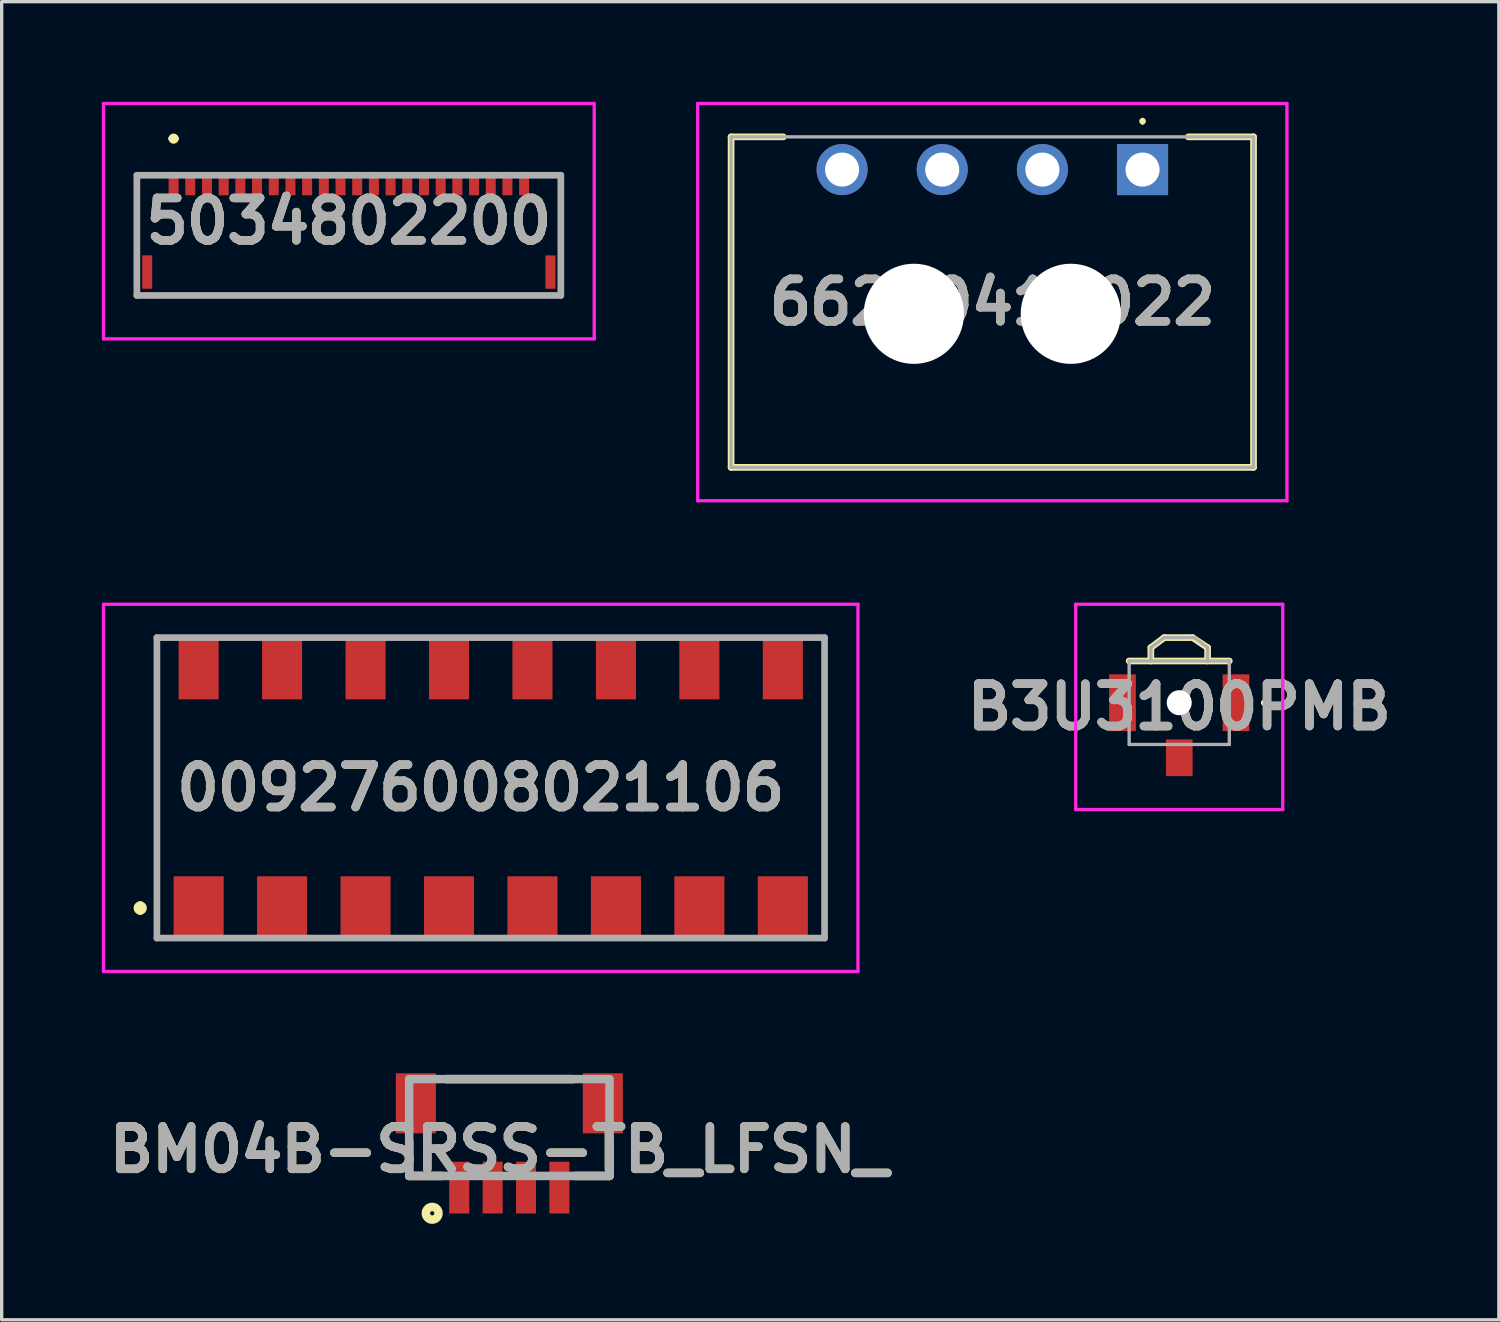
<source format=kicad_pcb>
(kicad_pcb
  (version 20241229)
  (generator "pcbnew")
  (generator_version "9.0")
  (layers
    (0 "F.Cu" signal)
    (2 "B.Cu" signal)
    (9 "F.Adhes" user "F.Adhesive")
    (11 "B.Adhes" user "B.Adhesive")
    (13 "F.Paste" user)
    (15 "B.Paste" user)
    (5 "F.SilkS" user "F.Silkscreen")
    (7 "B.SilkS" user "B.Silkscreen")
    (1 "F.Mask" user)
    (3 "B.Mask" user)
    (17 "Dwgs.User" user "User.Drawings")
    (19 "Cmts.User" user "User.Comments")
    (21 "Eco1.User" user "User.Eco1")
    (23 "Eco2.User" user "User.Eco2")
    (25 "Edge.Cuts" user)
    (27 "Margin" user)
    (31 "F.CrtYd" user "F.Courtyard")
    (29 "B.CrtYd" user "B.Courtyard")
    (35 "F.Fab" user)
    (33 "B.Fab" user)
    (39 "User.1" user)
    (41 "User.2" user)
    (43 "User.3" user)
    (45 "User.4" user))
  (footprint "009276008021106"
    (layer "F.Cu")
    (at 11.65 20.55)
    (property "Reference" "009276008021106" (at -0.3 0 0) (layer "F.SilkS") (effects (font (size 1.27 1.27) (thickness 0.254))))
    (attr smd)
    (fp_line (start -10.5 3.5) (end -10.5 3.5) (stroke (width 0.2) (type solid)) (layer "F.SilkS"))
    (fp_line (start -10.5 3.7) (end -10.5 3.7) (stroke (width 0.2) (type solid)) (layer "F.SilkS"))
    (fp_arc (start -10.5 3.5) (mid -10.4 3.6) (end -10.5 3.7) (stroke (width 0.2) (type solid)) (layer "F.SilkS"))
    (fp_arc (start -10.5 3.7) (mid -10.6 3.6) (end -10.5 3.5) (stroke (width 0.2) (type solid)) (layer "F.SilkS"))
    (fp_line (start -11.6 -5.5) (end 11 -5.5) (stroke (width 0.1) (type solid)) (layer "F.CrtYd"))
    (fp_line (start -11.6 5.5) (end -11.6 -5.5) (stroke (width 0.1) (type solid)) (layer "F.CrtYd"))
    (fp_line (start 11 -5.5) (end 11 5.5) (stroke (width 0.1) (type solid)) (layer "F.CrtYd"))
    (fp_line (start 11 5.5) (end -11.6 5.5) (stroke (width 0.1) (type solid)) (layer "F.CrtYd"))
    (fp_line (start -10 -4.5) (end 10 -4.5) (stroke (width 0.2) (type solid)) (layer "F.Fab"))
    (fp_line (start -10 4.5) (end -10 -4.5) (stroke (width 0.2) (type solid)) (layer "F.Fab"))
    (fp_line (start 10 -4.5) (end 10 4.5) (stroke (width 0.2) (type solid)) (layer "F.Fab"))
    (fp_line (start 10 4.5) (end -10 4.5) (stroke (width 0.2) (type solid)) (layer "F.Fab"))
    (fp_text user "${REFERENCE}" (at -0.3 0 0) (layer "F.Fab") (effects (font (size 1.27 1.27) (thickness 0.254))))
    (pad "1" smd rect (at -8.75 3.55) (size 1.5 1.8) (layers "F.Cu" "F.Mask" "F.Paste"))
    (pad "2" smd rect (at -6.25 3.55) (size 1.5 1.8) (layers "F.Cu" "F.Mask" "F.Paste"))
    (pad "3" smd rect (at -3.75 3.55) (size 1.5 1.8) (layers "F.Cu" "F.Mask" "F.Paste"))
    (pad "4" smd rect (at -1.25 3.55) (size 1.5 1.8) (layers "F.Cu" "F.Mask" "F.Paste"))
    (pad "5" smd rect (at 1.25 3.55) (size 1.5 1.8) (layers "F.Cu" "F.Mask" "F.Paste"))
    (pad "6" smd rect (at 3.75 3.55) (size 1.5 1.8) (layers "F.Cu" "F.Mask" "F.Paste"))
    (pad "7" smd rect (at 6.25 3.55) (size 1.5 1.8) (layers "F.Cu" "F.Mask" "F.Paste"))
    (pad "8" smd rect (at 8.75 3.55) (size 1.5 1.8) (layers "F.Cu" "F.Mask" "F.Paste"))
    (pad "9" smd rect (at 8.75 -3.55) (size 1.2 1.8) (layers "F.Cu" "F.Mask" "F.Paste"))
    (pad "10" smd rect (at 6.25 -3.55) (size 1.2 1.8) (layers "F.Cu" "F.Mask" "F.Paste"))
    (pad "11" smd rect (at 3.75 -3.55) (size 1.2 1.8) (layers "F.Cu" "F.Mask" "F.Paste"))
    (pad "12" smd rect (at 1.25 -3.55) (size 1.2 1.8) (layers "F.Cu" "F.Mask" "F.Paste"))
    (pad "13" smd rect (at -1.25 -3.55) (size 1.2 1.8) (layers "F.Cu" "F.Mask" "F.Paste"))
    (pad "14" smd rect (at -3.75 -3.55) (size 1.2 1.8) (layers "F.Cu" "F.Mask" "F.Paste"))
    (pad "15" smd rect (at -6.25 -3.55) (size 1.2 1.8) (layers "F.Cu" "F.Mask" "F.Paste"))
    (pad "16" smd rect (at -8.75 -3.55) (size 1.2 1.8) (layers "F.Cu" "F.Mask" "F.Paste")))
  (footprint "BM04B-SRSS-TB_LFSN_"
    (layer "F.Cu")
    (at 9.207 32.075)
    (property "Reference" "BM04B-SRSS-TB_LFSN_" (at 2.689 -0.686 0) (layer "F.SilkS") (effects (font (size 1.27 1.27) (thickness 0.254))))
    (attr smd)
    (fp_line (start 0 0) (end 0 -0.928) (stroke (width 0.254) (type solid)) (layer "F.SilkS"))
    (fp_line (start 0 0.1) (end 0.987 0.1) (stroke (width 0.254) (type solid)) (layer "F.SilkS"))
    (fp_line (start 1.113 -2.8) (end 4.901 -2.8) (stroke (width 0.254) (type solid)) (layer "F.SilkS"))
    (fp_line (start 6 0.1) (end 4.955 0.1) (stroke (width 0.254) (type solid)) (layer "F.SilkS"))
    (fp_line (start 6 0.1) (end 6 -1.009) (stroke (width 0.254) (type solid)) (layer "F.SilkS"))
    (fp_circle (center 0.689 1.219) (end 0.689 1.282) (stroke (width 0.254) (type solid)) (fill no) (layer "F.SilkS"))
    (fp_line (start 0 -2.8) (end 6 -2.8) (stroke (width 0.254) (type solid)) (layer "F.Fab"))
    (fp_line (start 0 0.1) (end 0 -2.8) (stroke (width 0.254) (type solid)) (layer "F.Fab"))
    (fp_line (start 6 -2.8) (end 6 0.1) (stroke (width 0.254) (type solid)) (layer "F.Fab"))
    (fp_line (start 6 0.1) (end 0 0.1) (stroke (width 0.254) (type solid)) (layer "F.Fab"))
    (fp_text user "${REFERENCE}" (at 2.689 -0.686 0) (layer "F.Fab") (effects (font (size 1.27 1.27) (thickness 0.254))))
    (pad "1" smd rect (at 1.5 0.45) (size 0.6 1.55) (layers "F.Cu" "F.Mask" "F.Paste"))
    (pad "2" smd rect (at 2.5 0.45) (size 0.6 1.55) (layers "F.Cu" "F.Mask" "F.Paste"))
    (pad "3" smd rect (at 3.5 0.45) (size 0.6 1.55) (layers "F.Cu" "F.Mask" "F.Paste"))
    (pad "4" smd rect (at 4.5 0.45) (size 0.6 1.55) (layers "F.Cu" "F.Mask" "F.Paste"))
    (pad "5" smd rect (at 0.2 -2.075) (size 1.2 1.8) (layers "F.Cu" "F.Mask" "F.Paste"))
    (pad "6" smd rect (at 5.8 -2.075) (size 1.2 1.8) (layers "F.Cu" "F.Mask" "F.Paste")))
  (footprint "5034802200"
    (layer "F.Cu")
    (at 7.4 2.2)
    (property "Reference" "5034802200" (at 0 1.375 0) (layer "F.SilkS") (effects (font (size 1.27 1.27) (thickness 0.254))))
    (attr smd)
    (fp_line (start -6.35 0.25) (end -6.35 0.25) (stroke (width 0.1) (type solid)) (layer "F.SilkS"))
    (fp_line (start -6.35 0.25) (end -6.35 2.575) (stroke (width 0.1) (type solid)) (layer "F.SilkS"))
    (fp_line (start -6.35 2.575) (end -6.35 0.25) (stroke (width 0.1) (type solid)) (layer "F.SilkS"))
    (fp_line (start -6.35 2.575) (end -6.35 2.575) (stroke (width 0.1) (type solid)) (layer "F.SilkS"))
    (fp_line (start -6.35 2.575) (end -6.35 3.6) (stroke (width 0.1) (type solid)) (layer "F.SilkS"))
    (fp_line (start -6.35 3.6) (end 6.35 3.6) (stroke (width 0.1) (type solid)) (layer "F.SilkS"))
    (fp_line (start -5.3 -1.1) (end -5.3 -1.1) (stroke (width 0.2) (type solid)) (layer "F.SilkS"))
    (fp_line (start -5.3 -1.1) (end -5.3 -1.1) (stroke (width 0.2) (type solid)) (layer "F.SilkS"))
    (fp_line (start -5.2 -1.1) (end -5.2 -1.1) (stroke (width 0.2) (type solid)) (layer "F.SilkS"))
    (fp_line (start 6.35 0.3) (end 6.35 0.3) (stroke (width 0.1) (type solid)) (layer "F.SilkS"))
    (fp_line (start 6.35 0.3) (end 6.35 2.575) (stroke (width 0.1) (type solid)) (layer "F.SilkS"))
    (fp_line (start 6.35 2.575) (end 6.35 0.3) (stroke (width 0.1) (type solid)) (layer "F.SilkS"))
    (fp_line (start 6.35 2.575) (end 6.35 2.575) (stroke (width 0.1) (type solid)) (layer "F.SilkS"))
    (fp_line (start 6.35 3.6) (end 6.35 2.575) (stroke (width 0.1) (type solid)) (layer "F.SilkS"))
    (fp_arc (start -5.3 -1.1) (mid -5.25 -1.15) (end -5.2 -1.1) (stroke (width 0.2) (type solid)) (layer "F.SilkS"))
    (fp_arc (start -5.2 -1.1) (mid -5.25 -1.05) (end -5.3 -1.1) (stroke (width 0.2) (type solid)) (layer "F.SilkS"))
    (fp_arc (start -5.2 -1.1) (mid -5.25 -1.05) (end -5.3 -1.1) (stroke (width 0.2) (type solid)) (layer "F.SilkS"))
    (fp_line (start -7.35 -2.15) (end 7.35 -2.15) (stroke (width 0.1) (type solid)) (layer "F.CrtYd"))
    (fp_line (start -7.35 4.9) (end -7.35 -2.15) (stroke (width 0.1) (type solid)) (layer "F.CrtYd"))
    (fp_line (start 7.35 -2.15) (end 7.35 4.9) (stroke (width 0.1) (type solid)) (layer "F.CrtYd"))
    (fp_line (start 7.35 4.9) (end -7.35 4.9) (stroke (width 0.1) (type solid)) (layer "F.CrtYd"))
    (fp_line (start -6.35 0) (end 6.35 0) (stroke (width 0.2) (type solid)) (layer "F.Fab"))
    (fp_line (start -6.35 3.6) (end -6.35 0) (stroke (width 0.2) (type solid)) (layer "F.Fab"))
    (fp_line (start 6.35 0) (end 6.35 3.6) (stroke (width 0.2) (type solid)) (layer "F.Fab"))
    (fp_line (start 6.35 3.6) (end -6.35 3.6) (stroke (width 0.2) (type solid)) (layer "F.Fab"))
    (fp_text user "${REFERENCE}" (at 0 1.375 0) (layer "F.Fab") (effects (font (size 1.27 1.27) (thickness 0.254))))
    (pad "1" smd rect (at -5.25 0.25) (size 0.3 0.7) (layers "F.Cu" "F.Mask" "F.Paste"))
    (pad "2" smd rect (at -4.75 0.25) (size 0.3 0.7) (layers "F.Cu" "F.Mask" "F.Paste"))
    (pad "3" smd rect (at -4.25 0.25) (size 0.3 0.7) (layers "F.Cu" "F.Mask" "F.Paste"))
    (pad "4" smd rect (at -3.75 0.25) (size 0.3 0.7) (layers "F.Cu" "F.Mask" "F.Paste"))
    (pad "5" smd rect (at -3.25 0.25) (size 0.3 0.7) (layers "F.Cu" "F.Mask" "F.Paste"))
    (pad "6" smd rect (at -2.75 0.25) (size 0.3 0.7) (layers "F.Cu" "F.Mask" "F.Paste"))
    (pad "7" smd rect (at -2.25 0.25) (size 0.3 0.7) (layers "F.Cu" "F.Mask" "F.Paste"))
    (pad "8" smd rect (at -1.75 0.25) (size 0.3 0.7) (layers "F.Cu" "F.Mask" "F.Paste"))
    (pad "9" smd rect (at -1.25 0.25) (size 0.3 0.7) (layers "F.Cu" "F.Mask" "F.Paste"))
    (pad "10" smd rect (at -0.75 0.25) (size 0.3 0.7) (layers "F.Cu" "F.Mask" "F.Paste"))
    (pad "11" smd rect (at -0.25 0.25) (size 0.3 0.7) (layers "F.Cu" "F.Mask" "F.Paste"))
    (pad "12" smd rect (at 0.25 0.25) (size 0.3 0.7) (layers "F.Cu" "F.Mask" "F.Paste"))
    (pad "13" smd rect (at 0.75 0.25) (size 0.3 0.7) (layers "F.Cu" "F.Mask" "F.Paste"))
    (pad "14" smd rect (at 1.25 0.25) (size 0.3 0.7) (layers "F.Cu" "F.Mask" "F.Paste"))
    (pad "15" smd rect (at 1.75 0.25) (size 0.3 0.7) (layers "F.Cu" "F.Mask" "F.Paste"))
    (pad "16" smd rect (at 2.25 0.25) (size 0.3 0.7) (layers "F.Cu" "F.Mask" "F.Paste"))
    (pad "17" smd rect (at 2.75 0.25) (size 0.3 0.7) (layers "F.Cu" "F.Mask" "F.Paste"))
    (pad "18" smd rect (at 3.25 0.25) (size 0.3 0.7) (layers "F.Cu" "F.Mask" "F.Paste"))
    (pad "19" smd rect (at 3.75 0.25) (size 0.3 0.7) (layers "F.Cu" "F.Mask" "F.Paste"))
    (pad "20" smd rect (at 4.25 0.25) (size 0.3 0.7) (layers "F.Cu" "F.Mask" "F.Paste"))
    (pad "21" smd rect (at 4.75 0.25) (size 0.3 0.7) (layers "F.Cu" "F.Mask" "F.Paste"))
    (pad "22" smd rect (at 5.25 0.25) (size 0.3 0.7) (layers "F.Cu" "F.Mask" "F.Paste"))
    (pad "MP1" smd rect (at -6.04 2.9) (size 0.3 1) (layers "F.Cu" "F.Mask" "F.Paste"))
    (pad "MP2" smd rect (at 6.04 2.9) (size 0.3 1) (layers "F.Cu" "F.Mask" "F.Paste")))
  (footprint "B3U3100PMB"
    (layer "F.Cu")
    (at 32.274 17.85)
    (property "Reference" "B3U3100PMB" (at 0 0.275 0) (layer "F.SilkS") (effects (font (size 1.27 1.27) (thickness 0.254))))
    (attr smd)
    (fp_line (start -1.5 -1.1) (end 1.5 -1.1) (stroke (width 0.2) (type solid)) (layer "F.SilkS"))
    (fp_line (start -0.85 -1.5) (end -0.45 -1.8) (stroke (width 0.2) (type solid)) (layer "F.SilkS"))
    (fp_line (start -0.85 -1.1) (end -0.85 -1.5) (stroke (width 0.2) (type solid)) (layer "F.SilkS"))
    (fp_line (start -0.45 -1.8) (end 0.4 -1.8) (stroke (width 0.2) (type solid)) (layer "F.SilkS"))
    (fp_line (start 0.4 -1.8) (end 0.85 -1.5) (stroke (width 0.2) (type solid)) (layer "F.SilkS"))
    (fp_line (start 0.85 -1.5) (end 0.85 -1.1) (stroke (width 0.2) (type solid)) (layer "F.SilkS"))
    (fp_line (start 2.5 0.15) (end 2.5 0.15) (stroke (width 0.1) (type solid)) (layer "F.SilkS"))
    (fp_line (start 2.6 0.15) (end 2.6 0.15) (stroke (width 0.1) (type solid)) (layer "F.SilkS"))
    (fp_arc (start 2.5 0.15) (mid 2.55 0.1) (end 2.6 0.15) (stroke (width 0.1) (type solid)) (layer "F.SilkS"))
    (fp_arc (start 2.6 0.15) (mid 2.55 0.2) (end 2.5 0.15) (stroke (width 0.1) (type solid)) (layer "F.SilkS"))
    (fp_line (start -3.1 -2.8) (end 3.1 -2.8) (stroke (width 0.1) (type solid)) (layer "F.CrtYd"))
    (fp_line (start -3.1 3.35) (end -3.1 -2.8) (stroke (width 0.1) (type solid)) (layer "F.CrtYd"))
    (fp_line (start 3.1 -2.8) (end 3.1 3.35) (stroke (width 0.1) (type solid)) (layer "F.CrtYd"))
    (fp_line (start 3.1 3.35) (end -3.1 3.35) (stroke (width 0.1) (type solid)) (layer "F.CrtYd"))
    (fp_line (start -1.5 -1.1) (end 1.5 -1.1) (stroke (width 0.1) (type solid)) (layer "F.Fab"))
    (fp_line (start -1.5 1.4) (end -1.5 -1.1) (stroke (width 0.1) (type solid)) (layer "F.Fab"))
    (fp_line (start -0.85 -1.5) (end -0.85 -1.1) (stroke (width 0.1) (type solid)) (layer "F.Fab"))
    (fp_line (start -0.45 -1.8) (end -0.85 -1.5) (stroke (width 0.1) (type solid)) (layer "F.Fab"))
    (fp_line (start 0.45 -1.8) (end -0.45 -1.8) (stroke (width 0.1) (type solid)) (layer "F.Fab"))
    (fp_line (start 0.85 -1.5) (end 0.45 -1.8) (stroke (width 0.1) (type solid)) (layer "F.Fab"))
    (fp_line (start 0.85 -1.1) (end 0.85 -1.5) (stroke (width 0.1) (type solid)) (layer "F.Fab"))
    (fp_line (start 1.5 -1.1) (end 1.5 1.4) (stroke (width 0.1) (type solid)) (layer "F.Fab"))
    (fp_line (start 1.5 1.4) (end -1.5 1.4) (stroke (width 0.1) (type solid)) (layer "F.Fab"))
    (fp_text user "${REFERENCE}" (at 0 0.275 0) (layer "F.Fab") (effects (font (size 1.27 1.27) (thickness 0.254))))
    (pad "" np_thru_hole circle (at 0 0.15) (size 0.75 0.75) (drill 0.75) (layers "*.Cu" "*.Mask"))
    (pad "1" smd rect (at 1.7 0.15) (size 0.8 1.7) (layers "F.Cu" "F.Mask" "F.Paste"))
    (pad "2" smd rect (at -1.7 0.15) (size 0.8 1.7) (layers "F.Cu" "F.Mask" "F.Paste"))
    (pad "3" smd rect (at 0 1.8) (size 0.8 1.1) (layers "F.Cu" "F.Mask" "F.Paste")))
  (footprint "66200411022"
    (layer "F.Cu")
    (at 31.175 2.03)
    (property "Reference" "66200411022" (at -4.5 3.97 0) (layer "F.SilkS") (effects (font (size 1.27 1.27) (thickness 0.254))))
    (attr through_hole)
    (fp_line (start -12.325 -0.98) (end -12.325 8.92) (stroke (width 0.2) (type solid)) (layer "F.SilkS"))
    (fp_line (start -12.325 8.92) (end 3.325 8.92) (stroke (width 0.2) (type solid)) (layer "F.SilkS"))
    (fp_line (start -10.76 -0.98) (end -12.325 -0.98) (stroke (width 0.2) (type solid)) (layer "F.SilkS"))
    (fp_line (start 0 -1.5) (end 0 -1.5) (stroke (width 0.1) (type solid)) (layer "F.SilkS"))
    (fp_line (start 0 -1.4) (end 0 -1.4) (stroke (width 0.1) (type solid)) (layer "F.SilkS"))
    (fp_line (start 3.325 -0.98) (end 1.369 -0.98) (stroke (width 0.2) (type solid)) (layer "F.SilkS"))
    (fp_line (start 3.325 8.92) (end 3.325 -0.98) (stroke (width 0.2) (type solid)) (layer "F.SilkS"))
    (fp_arc (start 0 -1.5) (mid 0.05 -1.45) (end 0 -1.4) (stroke (width 0.1) (type solid)) (layer "F.SilkS"))
    (fp_arc (start 0 -1.4) (mid -0.05 -1.45) (end 0 -1.5) (stroke (width 0.1) (type solid)) (layer "F.SilkS"))
    (fp_line (start -13.325 -1.98) (end 4.325 -1.98) (stroke (width 0.1) (type solid)) (layer "F.CrtYd"))
    (fp_line (start -13.325 9.92) (end -13.325 -1.98) (stroke (width 0.1) (type solid)) (layer "F.CrtYd"))
    (fp_line (start 4.325 -1.98) (end 4.325 9.92) (stroke (width 0.1) (type solid)) (layer "F.CrtYd"))
    (fp_line (start 4.325 9.92) (end -13.325 9.92) (stroke (width 0.1) (type solid)) (layer "F.CrtYd"))
    (fp_line (start -12.325 -0.98) (end 3.325 -0.98) (stroke (width 0.1) (type solid)) (layer "F.Fab"))
    (fp_line (start -12.325 8.92) (end -12.325 -0.98) (stroke (width 0.1) (type solid)) (layer "F.Fab"))
    (fp_line (start 3.325 -0.98) (end 3.325 8.92) (stroke (width 0.1) (type solid)) (layer "F.Fab"))
    (fp_line (start 3.325 8.92) (end -12.325 8.92) (stroke (width 0.1) (type solid)) (layer "F.Fab"))
    (fp_text user "${REFERENCE}" (at -4.5 3.97 0) (layer "F.Fab") (effects (font (size 1.27 1.27) (thickness 0.254))))
    (pad "" np_thru_hole circle (at -6.85 4.32) (size 3 3) (drill 3) (layers "*.Cu" "*.Mask"))
    (pad "" np_thru_hole circle (at -2.15 4.32) (size 3 3) (drill 3) (layers "*.Cu" "*.Mask"))
    (pad "1" thru_hole rect (at 0 0) (size 1.53 1.53) (drill 1.02) (layers "*.Cu" "*.Mask"))
    (pad "2" thru_hole circle (at -3 0) (size 1.53 1.53) (drill 1.02) (layers "*.Cu" "*.Mask"))
    (pad "3" thru_hole circle (at -6 0) (size 1.53 1.53) (drill 1.02) (layers "*.Cu" "*.Mask"))
    (pad "4" thru_hole circle (at -9 0) (size 1.53 1.53) (drill 1.02) (layers "*.Cu" "*.Mask")))
  (gr_rect
    (start -3 -3)
    (end 41.848 36.484)
    (stroke (width 0.1) (type default))
    (fill no)
    (layer "Edge.Cuts")))
</source>
